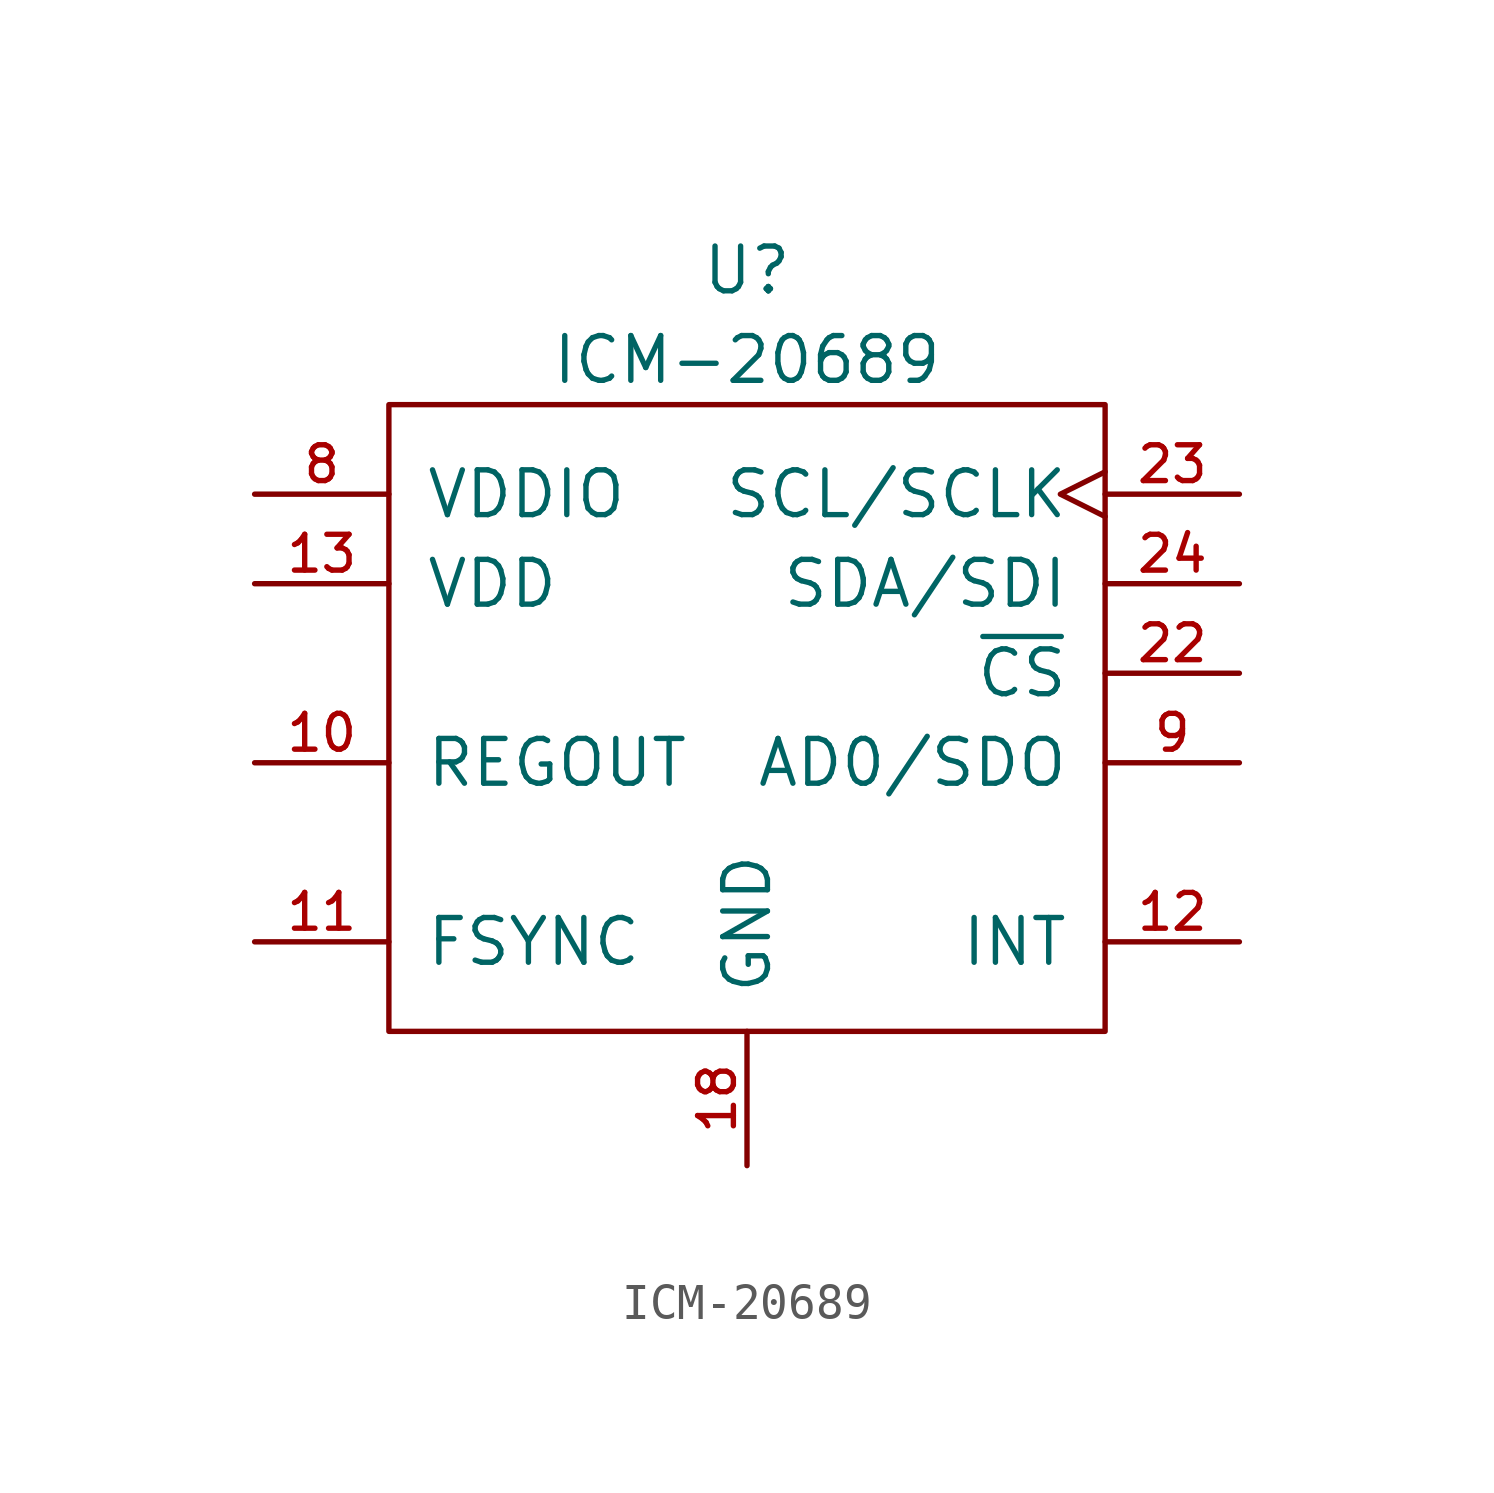
<source format=kicad_sym>
(kicad_symbol_lib
  (version 20211014)
  (generator kicad_symbol_editor)
  (symbol "ICM-20689"
    (pin_names
      (offset 1.016))
    (property "Reference" "U"
      (at 0 12.7 0)
      (effects (font (size 1.27 1.27))))
    (property "Value" "ICM-20689"
      (at 0 10.16 0)
      (effects (font (size 1.27 1.27))))
    (symbol "ICM-20689_0_1"
      (rectangle (start -10.16 8.89) (end 10.16 -8.89) (stroke (width 0) (type default) (color 0 0 0 0)) (fill (type none))))
    (symbol "ICM-20689_1_1"
      (pin passive line (at -13.97 -1.27 0) (length 3.81) (name "REGOUT" (effects (font (size 1.27 1.27)))) (number "10" (effects (font (size 1.016 1.016)))))
      (pin input line (at -13.97 -6.35 0) (length 3.81) (name "FSYNC" (effects (font (size 1.27 1.27)))) (number "11" (effects (font (size 1.016 1.016)))))
      (pin output line (at 13.97 -6.35 180) (length 3.81) (name "INT" (effects (font (size 1.27 1.27)))) (number "12" (effects (font (size 1.016 1.016)))))
      (pin power_in line (at -13.97 3.81 0) (length 3.81) (name "VDD" (effects (font (size 1.27 1.27)))) (number "13" (effects (font (size 1.016 1.016)))))
      (pin power_in line (at 0 -12.7 90) (length 3.81) (name "GND" (effects (font (size 1.27 1.27)))) (number "18" (effects (font (size 1.016 1.016)))))
      (pin input line (at 13.97 1.27 180) (length 3.81) (name "~{CS}" (effects (font (size 1.27 1.27)))) (number "22" (effects (font (size 1.016 1.016)))))
      (pin input clock (at 13.97 6.35 180) (length 3.81) (name "SCL/SCLK" (effects (font (size 1.27 1.27)))) (number "23" (effects (font (size 1.016 1.016)))))
      (pin tri_state line (at 13.97 3.81 180) (length 3.81) (name "SDA/SDI" (effects (font (size 1.27 1.27)))) (number "24" (effects (font (size 1.016 1.016)))))
      (pin power_in line (at -13.97 6.35 0) (length 3.81) (name "VDDIO" (effects (font (size 1.27 1.27)))) (number "8" (effects (font (size 1.016 1.016)))))
      (pin tri_state line (at 13.97 -1.27 180) (length 3.81) (name "AD0/SDO" (effects (font (size 1.27 1.27)))) (number "9" (effects (font (size 1.016 1.016))))))))
</source>
